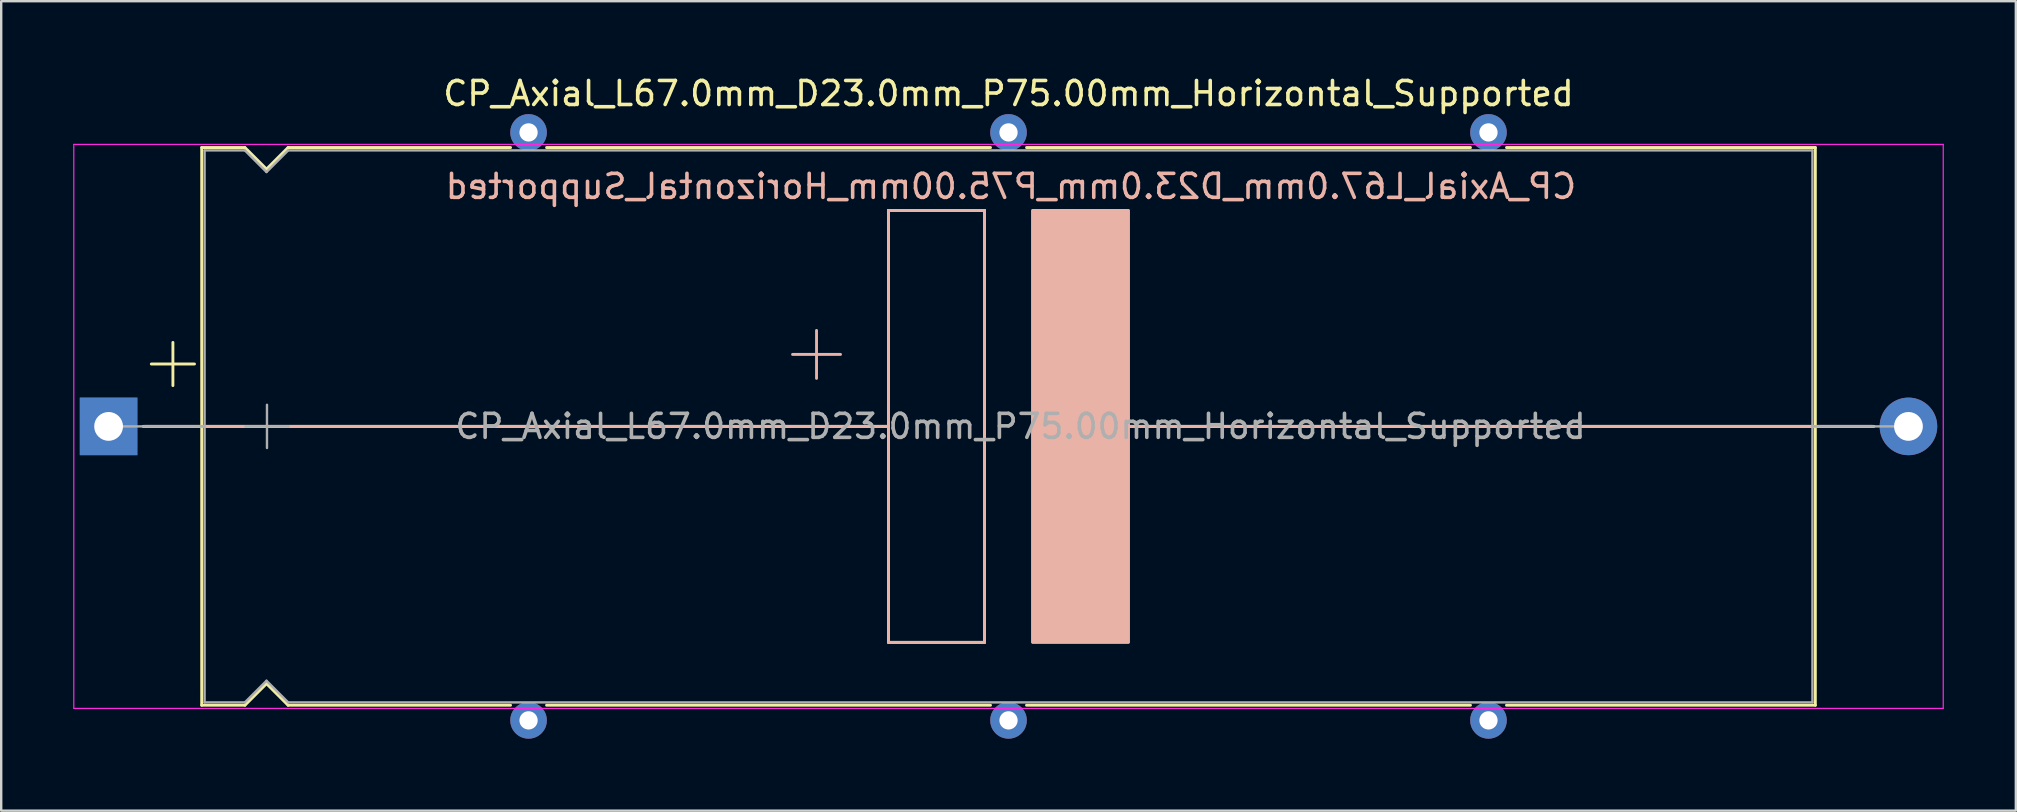
<source format=kicad_pcb>
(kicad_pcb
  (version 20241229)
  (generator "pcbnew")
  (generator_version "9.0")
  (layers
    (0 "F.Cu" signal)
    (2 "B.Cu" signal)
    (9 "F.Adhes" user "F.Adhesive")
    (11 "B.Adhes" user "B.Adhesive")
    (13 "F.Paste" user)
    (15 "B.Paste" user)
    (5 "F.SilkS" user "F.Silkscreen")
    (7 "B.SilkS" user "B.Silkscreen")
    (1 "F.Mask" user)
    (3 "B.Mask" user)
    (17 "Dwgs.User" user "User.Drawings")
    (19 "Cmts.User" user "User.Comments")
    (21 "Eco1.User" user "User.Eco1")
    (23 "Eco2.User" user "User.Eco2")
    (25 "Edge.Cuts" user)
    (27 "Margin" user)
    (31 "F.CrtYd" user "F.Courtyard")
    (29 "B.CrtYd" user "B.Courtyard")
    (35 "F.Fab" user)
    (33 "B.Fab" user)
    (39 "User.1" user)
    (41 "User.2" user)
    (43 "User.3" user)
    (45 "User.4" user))
  (footprint "CP_Axial_L67.0mm_D23.0mm_P75.00mm_Horizontal_Supported"
    (layer "F.Cu")
    (at 1.475 14.718)
    (property "Reference" "CP_Axial_L67.0mm_D23.0mm_P75.00mm_Horizontal_Supported" (at 37.5 -13.87 0) (layer "F.SilkS") (effects (font (size 1 1) (thickness 0.15))))
    (fp_line (start 1.44 0) (end 3.88 0) (stroke (width 0.12) (type solid)) (layer "F.SilkS"))
    (fp_line (start 1.78 -2.6) (end 3.58 -2.6) (stroke (width 0.12) (type solid)) (layer "F.SilkS"))
    (fp_line (start 2.68 -3.5) (end 2.68 -1.7) (stroke (width 0.12) (type solid)) (layer "F.SilkS"))
    (fp_line (start 3.873 0) (end 32.5 0) (stroke (width 0.12) (type solid)) (layer "F.SilkS"))
    (fp_line (start 3.88 -11.62) (end 3.88 11.62) (stroke (width 0.12) (type solid)) (layer "F.SilkS"))
    (fp_line (start 3.88 -11.62) (end 5.68 -11.62) (stroke (width 0.12) (type solid)) (layer "F.SilkS"))
    (fp_line (start 3.88 11.62) (end 5.68 11.62) (stroke (width 0.12) (type solid)) (layer "F.SilkS"))
    (fp_line (start 5.68 -11.62) (end 6.58 -10.72) (stroke (width 0.12) (type solid)) (layer "F.SilkS"))
    (fp_line (start 5.68 11.62) (end 6.58 10.72) (stroke (width 0.12) (type solid)) (layer "F.SilkS"))
    (fp_line (start 6.58 -10.72) (end 7.48 -11.62) (stroke (width 0.12) (type solid)) (layer "F.SilkS"))
    (fp_line (start 6.58 10.72) (end 7.48 11.62) (stroke (width 0.12) (type solid)) (layer "F.SilkS"))
    (fp_line (start 7.48 -11.62) (end 16.75 -11.62) (stroke (width 0.12) (type solid)) (layer "F.SilkS"))
    (fp_line (start 7.48 11.62) (end 16.75 11.62) (stroke (width 0.12) (type solid)) (layer "F.SilkS"))
    (fp_line (start 18.25 -11.62) (end 36.75 -11.62) (stroke (width 0.12) (type solid)) (layer "F.SilkS"))
    (fp_line (start 18.25 11.62) (end 36.75 11.62) (stroke (width 0.12) (type solid)) (layer "F.SilkS"))
    (fp_line (start 32.5 -9) (end 36.5 -9) (stroke (width 0.12) (type solid)) (layer "F.SilkS"))
    (fp_line (start 32.5 9) (end 32.5 -9) (stroke (width 0.12) (type solid)) (layer "F.SilkS"))
    (fp_line (start 36.5 -9) (end 36.5 9) (stroke (width 0.12) (type solid)) (layer "F.SilkS"))
    (fp_line (start 36.5 9) (end 32.5 9) (stroke (width 0.12) (type solid)) (layer "F.SilkS"))
    (fp_line (start 38.25 -11.62) (end 56.75 -11.62) (stroke (width 0.12) (type solid)) (layer "F.SilkS"))
    (fp_line (start 38.25 11.62) (end 56.75 11.62) (stroke (width 0.12) (type solid)) (layer "F.SilkS"))
    (fp_line (start 42 0) (end 71.12 0) (stroke (width 0.12) (type solid)) (layer "F.SilkS"))
    (fp_line (start 58.25 -11.62) (end 71.12 -11.62) (stroke (width 0.12) (type solid)) (layer "F.SilkS"))
    (fp_line (start 58.25 11.62) (end 71.12 11.62) (stroke (width 0.12) (type solid)) (layer "F.SilkS"))
    (fp_line (start 71.12 -11.62) (end 71.12 11.62) (stroke (width 0.12) (type solid)) (layer "F.SilkS"))
    (fp_line (start 73.56 0) (end 71.12 0) (stroke (width 0.12) (type solid)) (layer "F.SilkS"))
    (fp_poly (pts (xy 42.5 9) (xy 38.5 9) (xy 38.5 -9) (xy 42.5 -9)) (stroke (width 0.1) (type solid)) (fill yes) (layer "F.SilkS"))
    (fp_line (start 1.5 0) (end 4.38 0) (stroke (width 0.12) (type solid)) (layer "B.SilkS"))
    (fp_line (start 4.38 0) (end 32.5 0) (stroke (width 0.12) (type solid)) (layer "B.SilkS"))
    (fp_line (start 29.5 -2) (end 29.5 -4) (stroke (width 0.12) (type solid)) (layer "B.SilkS"))
    (fp_line (start 30.5 -3) (end 28.5 -3) (stroke (width 0.12) (type solid)) (layer "B.SilkS"))
    (fp_line (start 32.5 -9) (end 36.5 -9) (stroke (width 0.12) (type solid)) (layer "B.SilkS"))
    (fp_line (start 32.5 9) (end 32.5 -9) (stroke (width 0.12) (type solid)) (layer "B.SilkS"))
    (fp_line (start 36.5 -9) (end 36.5 9) (stroke (width 0.12) (type solid)) (layer "B.SilkS"))
    (fp_line (start 36.5 9) (end 32.5 9) (stroke (width 0.12) (type solid)) (layer "B.SilkS"))
    (fp_line (start 42.5 0) (end 71.62 0) (stroke (width 0.12) (type solid)) (layer "B.SilkS"))
    (fp_line (start 73.5 0) (end 71.62 0) (stroke (width 0.12) (type solid)) (layer "B.SilkS"))
    (fp_poly (pts (xy 42.5 9) (xy 38.5 9) (xy 38.5 -9) (xy 42.5 -9)) (stroke (width 0.1) (type solid)) (fill yes) (layer "B.SilkS"))
    (fp_line (start -1.45 -11.75) (end -1.45 11.75) (stroke (width 0.05) (type solid)) (layer "F.CrtYd"))
    (fp_line (start -1.45 11.75) (end 76.45 11.75) (stroke (width 0.05) (type solid)) (layer "F.CrtYd"))
    (fp_line (start 76.45 -11.75) (end -1.45 -11.75) (stroke (width 0.05) (type solid)) (layer "F.CrtYd"))
    (fp_line (start 76.45 11.75) (end 76.45 -11.75) (stroke (width 0.05) (type solid)) (layer "F.CrtYd"))
    (fp_line (start 0 0) (end 4 0) (stroke (width 0.1) (type solid)) (layer "F.Fab"))
    (fp_line (start 4 -11.5) (end 4 11.5) (stroke (width 0.1) (type solid)) (layer "F.Fab"))
    (fp_line (start 4 -11.5) (end 5.68 -11.5) (stroke (width 0.1) (type solid)) (layer "F.Fab"))
    (fp_line (start 4 11.5) (end 5.68 11.5) (stroke (width 0.1) (type solid)) (layer "F.Fab"))
    (fp_line (start 5.68 -11.5) (end 6.58 -10.6) (stroke (width 0.1) (type solid)) (layer "F.Fab"))
    (fp_line (start 5.68 11.5) (end 6.58 10.6) (stroke (width 0.1) (type solid)) (layer "F.Fab"))
    (fp_line (start 5.7 0) (end 7.5 0) (stroke (width 0.1) (type solid)) (layer "F.Fab"))
    (fp_line (start 6.58 -10.6) (end 7.48 -11.5) (stroke (width 0.1) (type solid)) (layer "F.Fab"))
    (fp_line (start 6.58 10.6) (end 7.48 11.5) (stroke (width 0.1) (type solid)) (layer "F.Fab"))
    (fp_line (start 6.6 -0.9) (end 6.6 0.9) (stroke (width 0.1) (type solid)) (layer "F.Fab"))
    (fp_line (start 7.48 -11.5) (end 71 -11.5) (stroke (width 0.1) (type solid)) (layer "F.Fab"))
    (fp_line (start 7.48 11.5) (end 71 11.5) (stroke (width 0.1) (type solid)) (layer "F.Fab"))
    (fp_line (start 71 -11.5) (end 71 11.5) (stroke (width 0.1) (type solid)) (layer "F.Fab"))
    (fp_line (start 75 0) (end 71 0) (stroke (width 0.1) (type solid)) (layer "F.Fab"))
    (fp_text user "${REFERENCE}" (at 37.6 -10 0) (layer "B.SilkS") (effects (font (size 1 1) (thickness 0.15)) (justify mirror)))
    (fp_text user "${REFERENCE}" (at 38 0 0) (layer "F.Fab") (effects (font (size 1 1) (thickness 0.15))))
    (pad "" thru_hole circle (at 17.5 -12.25) (size 1.524 1.524) (drill 0.762) (layers "*.Cu" "*.Mask"))
    (pad "" thru_hole circle (at 17.5 12.25) (size 1.524 1.524) (drill 0.762) (layers "*.Cu" "*.Mask"))
    (pad "" thru_hole circle (at 37.5 -12.25) (size 1.524 1.524) (drill 0.762) (layers "*.Cu" "*.Mask"))
    (pad "" thru_hole circle (at 37.5 12.25) (size 1.524 1.524) (drill 0.762) (layers "*.Cu" "*.Mask"))
    (pad "" thru_hole circle (at 57.5 -12.25) (size 1.524 1.524) (drill 0.762) (layers "*.Cu" "*.Mask"))
    (pad "" thru_hole circle (at 57.5 12.25) (size 1.524 1.524) (drill 0.762) (layers "*.Cu" "*.Mask"))
    (pad "1" thru_hole rect (at 0 0) (size 2.4 2.4) (drill 1.2) (layers "*.Cu" "*.Mask"))
    (pad "2" thru_hole oval (at 75 0) (size 2.4 2.4) (drill 1.2) (layers "*.Cu" "*.Mask")))
  (gr_rect
    (start -3 -3)
    (end 80.95 30.73)
    (stroke (width 0.1) (type default))
    (fill no)
    (layer "Edge.Cuts")))
</source>
